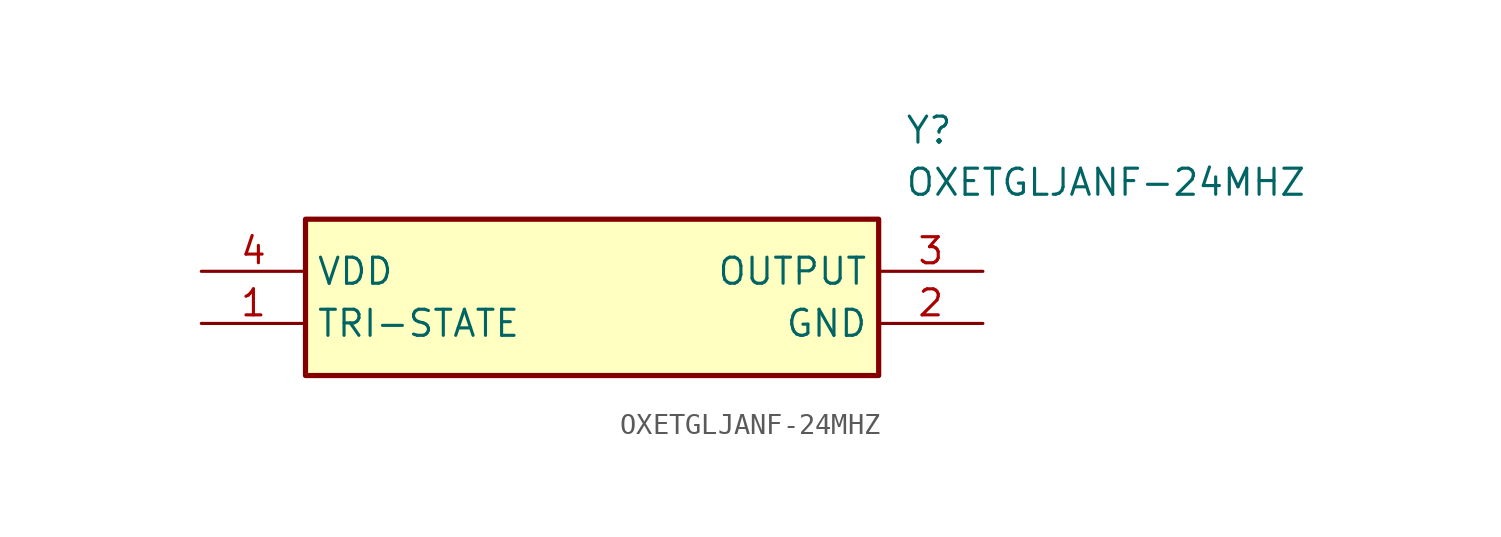
<source format=kicad_sym>
(kicad_symbol_lib
  (version 20211014)
  (generator SamacSys_ECAD_Model)
  (symbol "OXETGLJANF-24MHZ"
    (property "Reference" "Y"
      (at 34.29 7.62 0)
      (effects (font (size 1.27 1.27)) (justify left top)))
    (property "Value" "OXETGLJANF-24MHZ"
      (at 34.29 5.08 0)
      (effects (font (size 1.27 1.27)) (justify left top)))
    (rectangle
      (start 5.08 2.54)
      (end 33.02 -5.08)
      (stroke (width 0.254) (type default))
      (fill (type background)))
    (pin passive line
      (at 0 -2.54 0)
      (length 5.08)
      (name "TRI-STATE" (effects (font (size 1.27 1.27))))
      (number "1" (effects (font (size 1.27 1.27)))))
    (pin passive line
      (at 38.1 -2.54 180)
      (length 5.08)
      (name "GND" (effects (font (size 1.27 1.27))))
      (number "2" (effects (font (size 1.27 1.27)))))
    (pin passive line
      (at 38.1 0 180)
      (length 5.08)
      (name "OUTPUT" (effects (font (size 1.27 1.27))))
      (number "3" (effects (font (size 1.27 1.27)))))
    (pin passive line
      (at 0 0 0)
      (length 5.08)
      (name "VDD" (effects (font (size 1.27 1.27))))
      (number "4" (effects (font (size 1.27 1.27)))))))
</source>
